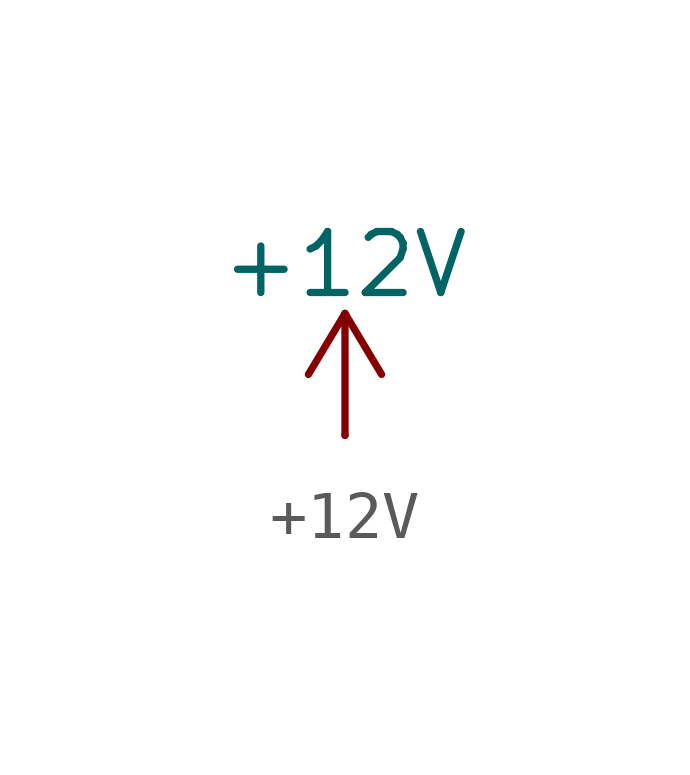
<source format=kicad_sym>
(kicad_symbol_lib
  (version 20231120)
  (generator "kicad_symbol_editor")
  (generator_version "8.0")
  (symbol "+12V"
    (power)
    (pin_numbers hide)
    (pin_names
      (offset 0) hide)
    (property "Reference" "#PWR"
      (at 0 -3.81 0)
      (effects (font (size 1.27 1.27)) (hide yes)))
    (property "Value" "+12V"
      (at 0 3.556 0)
      (effects (font (size 1.27 1.27))))
    (symbol "+12V_0_1"
      (polyline (pts (xy -0.762 1.27) (xy 0 2.54)) (stroke (width 0) (type default)) (fill (type none)))
      (polyline (pts (xy 0 0) (xy 0 2.54)) (stroke (width 0) (type default)) (fill (type none)))
      (polyline (pts (xy 0 2.54) (xy 0.762 1.27)) (stroke (width 0) (type default)) (fill (type none))))
    (symbol "+12V_1_1"
      (pin power_in line (at 0 0 90) (length 0) (name "~" (effects (font (size 1.27 1.27)))) (number "1" (effects (font (size 1.27 1.27))))))))
</source>
